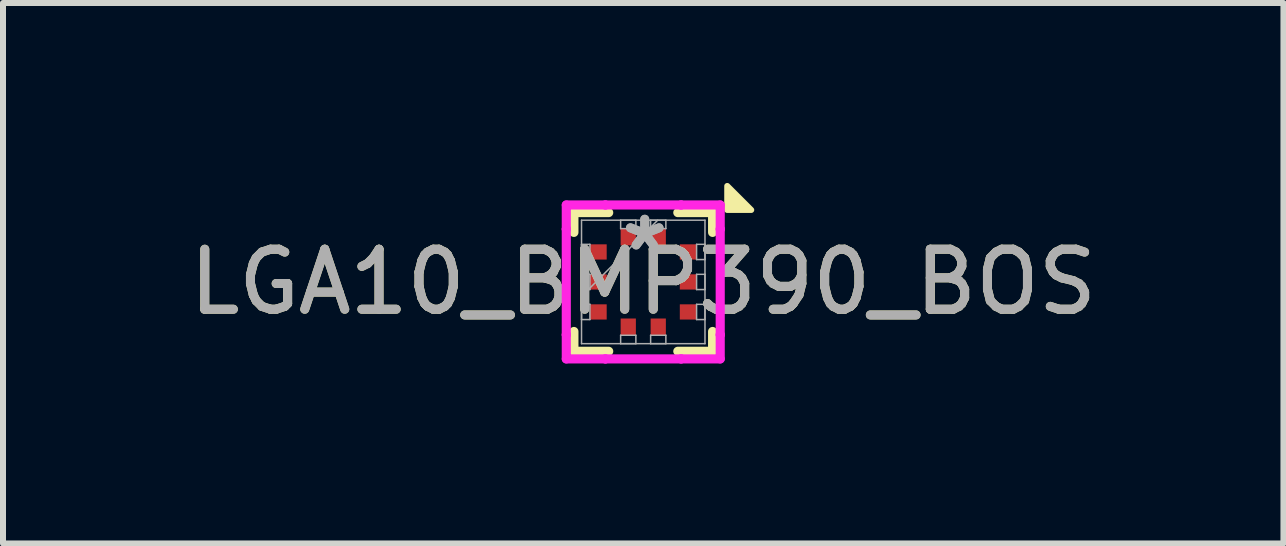
<source format=kicad_pcb>
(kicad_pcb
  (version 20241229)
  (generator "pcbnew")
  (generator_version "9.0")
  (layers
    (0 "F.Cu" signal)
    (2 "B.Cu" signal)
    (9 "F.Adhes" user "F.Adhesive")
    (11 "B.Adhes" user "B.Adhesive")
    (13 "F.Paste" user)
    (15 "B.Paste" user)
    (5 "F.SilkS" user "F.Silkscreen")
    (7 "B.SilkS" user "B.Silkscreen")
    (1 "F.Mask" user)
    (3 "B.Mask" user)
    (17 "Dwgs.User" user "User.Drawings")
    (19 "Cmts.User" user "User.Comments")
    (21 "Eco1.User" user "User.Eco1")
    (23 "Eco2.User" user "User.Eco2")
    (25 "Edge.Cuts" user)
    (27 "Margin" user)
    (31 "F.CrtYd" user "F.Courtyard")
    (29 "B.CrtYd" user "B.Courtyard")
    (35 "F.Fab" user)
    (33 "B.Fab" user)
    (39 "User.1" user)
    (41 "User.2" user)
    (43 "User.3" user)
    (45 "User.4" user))
  (footprint "LGA10_BMP390_BOS"
    (layer "F.Cu")
    (at 7.673 1.65)
    (property "Reference" "LGA10_BMP390_BOS" (at 0 0 0) (unlocked yes) (layer "F.SilkS") (effects (font (size 1 1) (thickness 0.15))))
    (attr smd)
    (fp_line (start -1.156 -1.156) (end -1.156 -0.826) (stroke (width 0.152) (type solid)) (layer "F.SilkS"))
    (fp_line (start -1.156 0.826) (end -1.156 1.156) (stroke (width 0.152) (type solid)) (layer "F.SilkS"))
    (fp_line (start -1.156 1.156) (end -0.576 1.156) (stroke (width 0.152) (type solid)) (layer "F.SilkS"))
    (fp_line (start -0.576 -1.156) (end -1.156 -1.156) (stroke (width 0.152) (type solid)) (layer "F.SilkS"))
    (fp_line (start 0.576 1.156) (end 1.156 1.156) (stroke (width 0.152) (type solid)) (layer "F.SilkS"))
    (fp_line (start 1.156 -1.156) (end 0.576 -1.156) (stroke (width 0.152) (type solid)) (layer "F.SilkS"))
    (fp_line (start 1.156 -0.826) (end 1.156 -1.156) (stroke (width 0.152) (type solid)) (layer "F.SilkS"))
    (fp_line (start 1.156 1.156) (end 1.156 0.826) (stroke (width 0.152) (type solid)) (layer "F.SilkS"))
    (fp_poly (pts (xy 1.4 -1.6) (xy 1.4 -1.2) (xy 1.8 -1.2)) (stroke (width 0.1) (type solid)) (fill yes) (layer "F.SilkS"))
    (fp_line (start -1.283 -1.283) (end -0.631 -1.283) (stroke (width 0.152) (type solid)) (layer "F.CrtYd"))
    (fp_line (start -1.283 -0.881) (end -1.283 -1.283) (stroke (width 0.152) (type solid)) (layer "F.CrtYd"))
    (fp_line (start -1.283 -0.881) (end -1.283 -0.881) (stroke (width 0.152) (type solid)) (layer "F.CrtYd"))
    (fp_line (start -1.283 0.881) (end -1.283 -0.881) (stroke (width 0.152) (type solid)) (layer "F.CrtYd"))
    (fp_line (start -1.283 0.881) (end -1.283 0.881) (stroke (width 0.152) (type solid)) (layer "F.CrtYd"))
    (fp_line (start -1.283 1.283) (end -1.283 0.881) (stroke (width 0.152) (type solid)) (layer "F.CrtYd"))
    (fp_line (start -0.631 -1.283) (end -0.631 -1.283) (stroke (width 0.152) (type solid)) (layer "F.CrtYd"))
    (fp_line (start -0.631 -1.283) (end 0.631 -1.283) (stroke (width 0.152) (type solid)) (layer "F.CrtYd"))
    (fp_line (start -0.631 1.283) (end -1.283 1.283) (stroke (width 0.152) (type solid)) (layer "F.CrtYd"))
    (fp_line (start -0.631 1.283) (end -0.631 1.283) (stroke (width 0.152) (type solid)) (layer "F.CrtYd"))
    (fp_line (start 0.631 -1.283) (end 0.631 -1.283) (stroke (width 0.152) (type solid)) (layer "F.CrtYd"))
    (fp_line (start 0.631 -1.283) (end 1.283 -1.283) (stroke (width 0.152) (type solid)) (layer "F.CrtYd"))
    (fp_line (start 0.631 1.283) (end -0.631 1.283) (stroke (width 0.152) (type solid)) (layer "F.CrtYd"))
    (fp_line (start 0.631 1.283) (end 0.631 1.283) (stroke (width 0.152) (type solid)) (layer "F.CrtYd"))
    (fp_line (start 1.283 -1.283) (end 1.283 -0.881) (stroke (width 0.152) (type solid)) (layer "F.CrtYd"))
    (fp_line (start 1.283 -0.881) (end 1.283 -0.881) (stroke (width 0.152) (type solid)) (layer "F.CrtYd"))
    (fp_line (start 1.283 -0.881) (end 1.283 0.881) (stroke (width 0.152) (type solid)) (layer "F.CrtYd"))
    (fp_line (start 1.283 0.881) (end 1.283 0.881) (stroke (width 0.152) (type solid)) (layer "F.CrtYd"))
    (fp_line (start 1.283 0.881) (end 1.283 1.283) (stroke (width 0.152) (type solid)) (layer "F.CrtYd"))
    (fp_line (start 1.283 1.283) (end 0.631 1.283) (stroke (width 0.152) (type solid)) (layer "F.CrtYd"))
    (fp_line (start -1.029 -1.029) (end -1.029 1.029) (stroke (width 0.025) (type solid)) (layer "F.Fab"))
    (fp_line (start -1.029 -0.627) (end -0.889 -0.627) (stroke (width 0.025) (type solid)) (layer "F.Fab"))
    (fp_line (start -1.029 -0.373) (end -1.029 -0.627) (stroke (width 0.025) (type solid)) (layer "F.Fab"))
    (fp_line (start -1.029 -0.127) (end -0.889 -0.127) (stroke (width 0.025) (type solid)) (layer "F.Fab"))
    (fp_line (start -1.029 0.127) (end -1.029 -0.127) (stroke (width 0.025) (type solid)) (layer "F.Fab"))
    (fp_line (start -1.029 0.241) (end 0.241 -1.029) (stroke (width 0.025) (type solid)) (layer "F.Fab"))
    (fp_line (start -1.029 0.373) (end -0.889 0.373) (stroke (width 0.025) (type solid)) (layer "F.Fab"))
    (fp_line (start -1.029 0.627) (end -1.029 0.373) (stroke (width 0.025) (type solid)) (layer "F.Fab"))
    (fp_line (start -1.029 1.029) (end 1.029 1.029) (stroke (width 0.025) (type solid)) (layer "F.Fab"))
    (fp_line (start -0.889 -0.627) (end -0.889 -0.373) (stroke (width 0.025) (type solid)) (layer "F.Fab"))
    (fp_line (start -0.889 -0.373) (end -1.029 -0.373) (stroke (width 0.025) (type solid)) (layer "F.Fab"))
    (fp_line (start -0.889 -0.127) (end -0.889 0.127) (stroke (width 0.025) (type solid)) (layer "F.Fab"))
    (fp_line (start -0.889 0.127) (end -1.029 0.127) (stroke (width 0.025) (type solid)) (layer "F.Fab"))
    (fp_line (start -0.889 0.373) (end -0.889 0.627) (stroke (width 0.025) (type solid)) (layer "F.Fab"))
    (fp_line (start -0.889 0.627) (end -1.029 0.627) (stroke (width 0.025) (type solid)) (layer "F.Fab"))
    (fp_line (start -0.377 -1.029) (end -0.123 -1.029) (stroke (width 0.025) (type solid)) (layer "F.Fab"))
    (fp_line (start -0.377 -0.889) (end -0.377 -1.029) (stroke (width 0.025) (type solid)) (layer "F.Fab"))
    (fp_line (start -0.377 0.889) (end -0.123 0.889) (stroke (width 0.025) (type solid)) (layer "F.Fab"))
    (fp_line (start -0.377 1.029) (end -0.377 0.889) (stroke (width 0.025) (type solid)) (layer "F.Fab"))
    (fp_line (start -0.123 -1.029) (end -0.123 -0.889) (stroke (width 0.025) (type solid)) (layer "F.Fab"))
    (fp_line (start -0.123 -0.889) (end -0.377 -0.889) (stroke (width 0.025) (type solid)) (layer "F.Fab"))
    (fp_line (start -0.123 0.889) (end -0.123 1.029) (stroke (width 0.025) (type solid)) (layer "F.Fab"))
    (fp_line (start -0.123 1.029) (end -0.377 1.029) (stroke (width 0.025) (type solid)) (layer "F.Fab"))
    (fp_line (start 0.123 -1.029) (end 0.377 -1.029) (stroke (width 0.025) (type solid)) (layer "F.Fab"))
    (fp_line (start 0.123 -0.889) (end 0.123 -1.029) (stroke (width 0.025) (type solid)) (layer "F.Fab"))
    (fp_line (start 0.123 0.889) (end 0.377 0.889) (stroke (width 0.025) (type solid)) (layer "F.Fab"))
    (fp_line (start 0.123 1.029) (end 0.123 0.889) (stroke (width 0.025) (type solid)) (layer "F.Fab"))
    (fp_line (start 0.377 -1.029) (end 0.377 -0.889) (stroke (width 0.025) (type solid)) (layer "F.Fab"))
    (fp_line (start 0.377 -0.889) (end 0.123 -0.889) (stroke (width 0.025) (type solid)) (layer "F.Fab"))
    (fp_line (start 0.377 0.889) (end 0.377 1.029) (stroke (width 0.025) (type solid)) (layer "F.Fab"))
    (fp_line (start 0.377 1.029) (end 0.123 1.029) (stroke (width 0.025) (type solid)) (layer "F.Fab"))
    (fp_line (start 0.889 -0.627) (end 1.029 -0.627) (stroke (width 0.025) (type solid)) (layer "F.Fab"))
    (fp_line (start 0.889 -0.373) (end 0.889 -0.627) (stroke (width 0.025) (type solid)) (layer "F.Fab"))
    (fp_line (start 0.889 -0.127) (end 1.029 -0.127) (stroke (width 0.025) (type solid)) (layer "F.Fab"))
    (fp_line (start 0.889 0.127) (end 0.889 -0.127) (stroke (width 0.025) (type solid)) (layer "F.Fab"))
    (fp_line (start 0.889 0.373) (end 1.029 0.373) (stroke (width 0.025) (type solid)) (layer "F.Fab"))
    (fp_line (start 0.889 0.627) (end 0.889 0.373) (stroke (width 0.025) (type solid)) (layer "F.Fab"))
    (fp_line (start 1.029 -1.029) (end -1.029 -1.029) (stroke (width 0.025) (type solid)) (layer "F.Fab"))
    (fp_line (start 1.029 -0.627) (end 1.029 -0.373) (stroke (width 0.025) (type solid)) (layer "F.Fab"))
    (fp_line (start 1.029 -0.373) (end 0.889 -0.373) (stroke (width 0.025) (type solid)) (layer "F.Fab"))
    (fp_line (start 1.029 -0.127) (end 1.029 0.127) (stroke (width 0.025) (type solid)) (layer "F.Fab"))
    (fp_line (start 1.029 0.127) (end 0.889 0.127) (stroke (width 0.025) (type solid)) (layer "F.Fab"))
    (fp_line (start 1.029 0.373) (end 1.029 0.627) (stroke (width 0.025) (type solid)) (layer "F.Fab"))
    (fp_line (start 1.029 0.627) (end 0.889 0.627) (stroke (width 0.025) (type solid)) (layer "F.Fab"))
    (fp_line (start 1.029 1.029) (end 1.029 -1.029) (stroke (width 0.025) (type solid)) (layer "F.Fab"))
    (fp_text user "${REFERENCE}" (at 0 0 0) (unlocked yes) (layer "F.Fab") (effects (font (size 1 1) (thickness 0.15))))
    (fp_text user "*" (at 0.025 -0.5 0) (unlocked yes) (layer "F.Fab") (effects (font (size 1 1) (thickness 0.15))))
    (fp_text user "*" (at 0.025 -0.5 0) (layer "F.Fab") (effects (font (size 1 1) (thickness 0.15))))
    (pad "1" smd rect (at 0.25 -0.749) (size 0.254 0.279) (layers "F.Cu" "F.Mask" "F.Paste"))
    (pad "2" smd rect (at -0.25 -0.749) (size 0.254 0.279) (layers "F.Cu" "F.Mask" "F.Paste"))
    (pad "3" smd rect (at -0.749 -0.5 90) (size 0.254 0.279) (layers "F.Cu" "F.Mask" "F.Paste"))
    (pad "4" smd rect (at -0.749 0 90) (size 0.254 0.279) (layers "F.Cu" "F.Mask" "F.Paste"))
    (pad "5" smd rect (at -0.749 0.5 90) (size 0.254 0.279) (layers "F.Cu" "F.Mask" "F.Paste"))
    (pad "6" smd rect (at -0.25 0.749) (size 0.254 0.279) (layers "F.Cu" "F.Mask" "F.Paste"))
    (pad "7" smd rect (at 0.25 0.749) (size 0.254 0.279) (layers "F.Cu" "F.Mask" "F.Paste"))
    (pad "8" smd rect (at 0.749 0.5 90) (size 0.254 0.279) (layers "F.Cu" "F.Mask" "F.Paste"))
    (pad "9" smd rect (at 0.749 0 90) (size 0.254 0.279) (layers "F.Cu" "F.Mask" "F.Paste"))
    (pad "10" smd rect (at 0.749 -0.5 90) (size 0.254 0.279) (layers "F.Cu" "F.Mask" "F.Paste")))
  (gr_rect
    (start -3 -3)
    (end 18.345 6.009)
    (stroke (width 0.1) (type default))
    (fill no)
    (layer "Edge.Cuts")))
</source>
